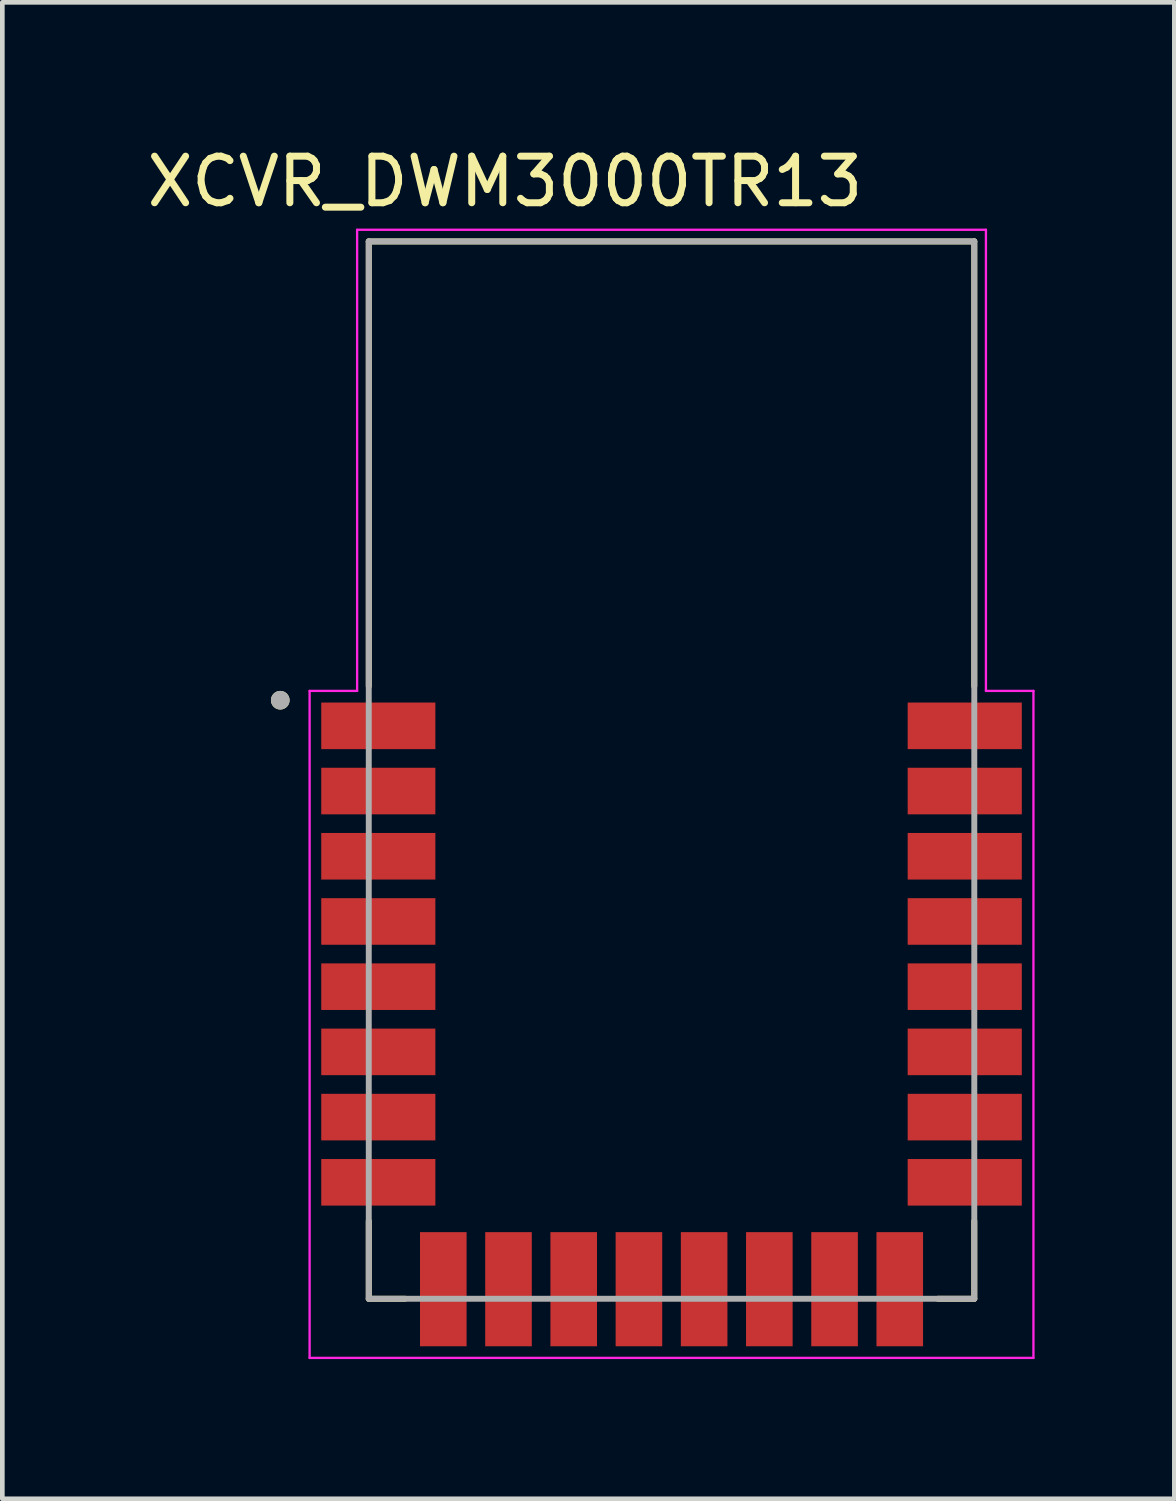
<source format=kicad_pcb>
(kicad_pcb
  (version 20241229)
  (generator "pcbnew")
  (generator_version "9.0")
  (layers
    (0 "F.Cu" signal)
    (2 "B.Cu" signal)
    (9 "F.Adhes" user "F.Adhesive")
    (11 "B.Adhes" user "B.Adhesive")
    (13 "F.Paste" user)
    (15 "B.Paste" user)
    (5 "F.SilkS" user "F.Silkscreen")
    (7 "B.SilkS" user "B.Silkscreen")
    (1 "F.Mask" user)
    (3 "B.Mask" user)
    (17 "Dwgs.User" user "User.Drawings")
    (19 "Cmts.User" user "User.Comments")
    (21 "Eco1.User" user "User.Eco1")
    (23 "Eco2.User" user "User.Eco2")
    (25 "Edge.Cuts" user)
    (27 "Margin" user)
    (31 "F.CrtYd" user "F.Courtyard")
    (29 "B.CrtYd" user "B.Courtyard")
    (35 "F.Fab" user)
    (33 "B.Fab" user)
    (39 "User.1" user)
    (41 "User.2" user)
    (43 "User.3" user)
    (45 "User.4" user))
  (footprint "XCVR_DWM3000TR13"
    (layer "F.Cu")
    (at 11.367 13.483)
    (property "Reference" "XCVR_DWM3000TR13" (at -3.575 -12.635 0) (layer "F.SilkS") (effects (font (size 1 1) (thickness 0.15))))
    (attr smd)
    (fp_line (start -6.5 -11.35) (end 6.5 -11.35) (stroke (width 0.127) (type solid)) (layer "F.SilkS"))
    (fp_line (start -6.5 -1.8) (end -6.5 -11.35) (stroke (width 0.127) (type solid)) (layer "F.SilkS"))
    (fp_line (start -6.5 11.35) (end -6.5 9.68) (stroke (width 0.127) (type solid)) (layer "F.SilkS"))
    (fp_line (start -5.72 11.35) (end -6.5 11.35) (stroke (width 0.127) (type solid)) (layer "F.SilkS"))
    (fp_line (start 6.5 -11.35) (end 6.5 -1.8) (stroke (width 0.127) (type solid)) (layer "F.SilkS"))
    (fp_line (start 6.5 9.68) (end 6.5 11.35) (stroke (width 0.127) (type solid)) (layer "F.SilkS"))
    (fp_line (start 6.5 11.35) (end 5.72 11.35) (stroke (width 0.127) (type solid)) (layer "F.SilkS"))
    (fp_circle (center -8.4 -1.5) (end -8.3 -1.5) (stroke (width 0.2) (type solid)) (fill no) (layer "F.SilkS"))
    (fp_line (start -7.77 -1.7) (end -6.75 -1.7) (stroke (width 0.05) (type solid)) (layer "F.CrtYd"))
    (fp_line (start -7.77 12.62) (end -7.77 -1.7) (stroke (width 0.05) (type solid)) (layer "F.CrtYd"))
    (fp_line (start -6.75 -11.6) (end 6.75 -11.6) (stroke (width 0.05) (type solid)) (layer "F.CrtYd"))
    (fp_line (start -6.75 -1.7) (end -6.75 -11.6) (stroke (width 0.05) (type solid)) (layer "F.CrtYd"))
    (fp_line (start 6.75 -11.6) (end 6.75 -1.7) (stroke (width 0.05) (type solid)) (layer "F.CrtYd"))
    (fp_line (start 6.75 -1.7) (end 7.77 -1.7) (stroke (width 0.05) (type solid)) (layer "F.CrtYd"))
    (fp_line (start 7.77 -1.7) (end 7.77 12.62) (stroke (width 0.05) (type solid)) (layer "F.CrtYd"))
    (fp_line (start 7.77 12.62) (end -7.77 12.62) (stroke (width 0.05) (type solid)) (layer "F.CrtYd"))
    (fp_line (start -6.5 -11.35) (end 6.5 -11.35) (stroke (width 0.127) (type solid)) (layer "F.Fab"))
    (fp_line (start -6.5 11.35) (end -6.5 -11.35) (stroke (width 0.127) (type solid)) (layer "F.Fab"))
    (fp_line (start 6.5 -11.35) (end 6.5 11.35) (stroke (width 0.127) (type solid)) (layer "F.Fab"))
    (fp_line (start 6.5 11.35) (end -6.5 11.35) (stroke (width 0.127) (type solid)) (layer "F.Fab"))
    (fp_circle (center -8.4 -1.5) (end -8.3 -1.5) (stroke (width 0.2) (type solid)) (fill no) (layer "F.Fab"))
    (pad "1" smd rect (at -6.295 -0.95) (size 2.45 1) (layers "F.Cu" "F.Mask" "F.Paste"))
    (pad "2" smd rect (at -6.295 0.45) (size 2.45 1) (layers "F.Cu" "F.Mask" "F.Paste"))
    (pad "3" smd rect (at -6.295 1.85) (size 2.45 1) (layers "F.Cu" "F.Mask" "F.Paste"))
    (pad "4" smd rect (at -6.295 3.25) (size 2.45 1) (layers "F.Cu" "F.Mask" "F.Paste"))
    (pad "5" smd rect (at -6.295 4.65) (size 2.45 1) (layers "F.Cu" "F.Mask" "F.Paste"))
    (pad "6" smd rect (at -6.295 6.05) (size 2.45 1) (layers "F.Cu" "F.Mask" "F.Paste"))
    (pad "7" smd rect (at -6.295 7.45) (size 2.45 1) (layers "F.Cu" "F.Mask" "F.Paste"))
    (pad "8" smd rect (at -6.295 8.85) (size 2.45 1) (layers "F.Cu" "F.Mask" "F.Paste"))
    (pad "9" smd rect (at -4.9 11.145) (size 1 2.45) (layers "F.Cu" "F.Mask" "F.Paste"))
    (pad "10" smd rect (at -3.5 11.145) (size 1 2.45) (layers "F.Cu" "F.Mask" "F.Paste"))
    (pad "11" smd rect (at -2.1 11.145) (size 1 2.45) (layers "F.Cu" "F.Mask" "F.Paste"))
    (pad "12" smd rect (at -0.7 11.145) (size 1 2.45) (layers "F.Cu" "F.Mask" "F.Paste"))
    (pad "13" smd rect (at 0.7 11.145) (size 1 2.45) (layers "F.Cu" "F.Mask" "F.Paste"))
    (pad "14" smd rect (at 2.1 11.145) (size 1 2.45) (layers "F.Cu" "F.Mask" "F.Paste"))
    (pad "15" smd rect (at 3.5 11.145) (size 1 2.45) (layers "F.Cu" "F.Mask" "F.Paste"))
    (pad "16" smd rect (at 4.9 11.145) (size 1 2.45) (layers "F.Cu" "F.Mask" "F.Paste"))
    (pad "17" smd rect (at 6.295 8.85) (size 2.45 1) (layers "F.Cu" "F.Mask" "F.Paste"))
    (pad "18" smd rect (at 6.295 7.45) (size 2.45 1) (layers "F.Cu" "F.Mask" "F.Paste"))
    (pad "19" smd rect (at 6.295 6.05) (size 2.45 1) (layers "F.Cu" "F.Mask" "F.Paste"))
    (pad "20" smd rect (at 6.295 4.65) (size 2.45 1) (layers "F.Cu" "F.Mask" "F.Paste"))
    (pad "21" smd rect (at 6.295 3.25) (size 2.45 1) (layers "F.Cu" "F.Mask" "F.Paste"))
    (pad "22" smd rect (at 6.295 1.85) (size 2.45 1) (layers "F.Cu" "F.Mask" "F.Paste"))
    (pad "23" smd rect (at 6.295 0.45) (size 2.45 1) (layers "F.Cu" "F.Mask" "F.Paste"))
    (pad "24" smd rect (at 6.295 -0.95) (size 2.45 1) (layers "F.Cu" "F.Mask" "F.Paste"))
    (zone (net_name "") (layer "F.Cu") (hatch full 0.508) (connect_pads) (min_thickness 0.01) (filled_areas_thickness no) (keepout (tracks not_allowed) (vias not_allowed) (pads not_allowed) (copperpour not_allowed) (footprints allowed)) (placement (enabled no)) (fill) (polygon (pts (xy 4.867 2.133) (xy 17.867 2.133) (xy 17.867 11.908) (xy 4.867 11.908))))
    (zone (net_name "") (layers "F.Cu" "B.Cu") (hatch full 0.508) (connect_pads) (min_thickness 0.01) (filled_areas_thickness no) (keepout (tracks allowed) (vias not_allowed) (pads allowed) (copperpour allowed) (footprints allowed)) (placement (enabled no)) (fill) (polygon (pts (xy 4.867 2.133) (xy 17.867 2.133) (xy 17.867 11.908) (xy 4.867 11.908))))
    (zone (net_name "") (layer "B.Cu") (hatch full 0.508) (connect_pads) (min_thickness 0.01) (filled_areas_thickness no) (keepout (tracks not_allowed) (vias not_allowed) (pads not_allowed) (copperpour not_allowed) (footprints allowed)) (placement (enabled no)) (fill) (polygon (pts (xy 4.867 2.133) (xy 17.867 2.133) (xy 17.867 11.908) (xy 4.867 11.908)))))
  (gr_rect
    (start -3 -3)
    (end 22.162 29.128)
    (stroke (width 0.1) (type default))
    (fill no)
    (layer "Edge.Cuts")))
</source>
